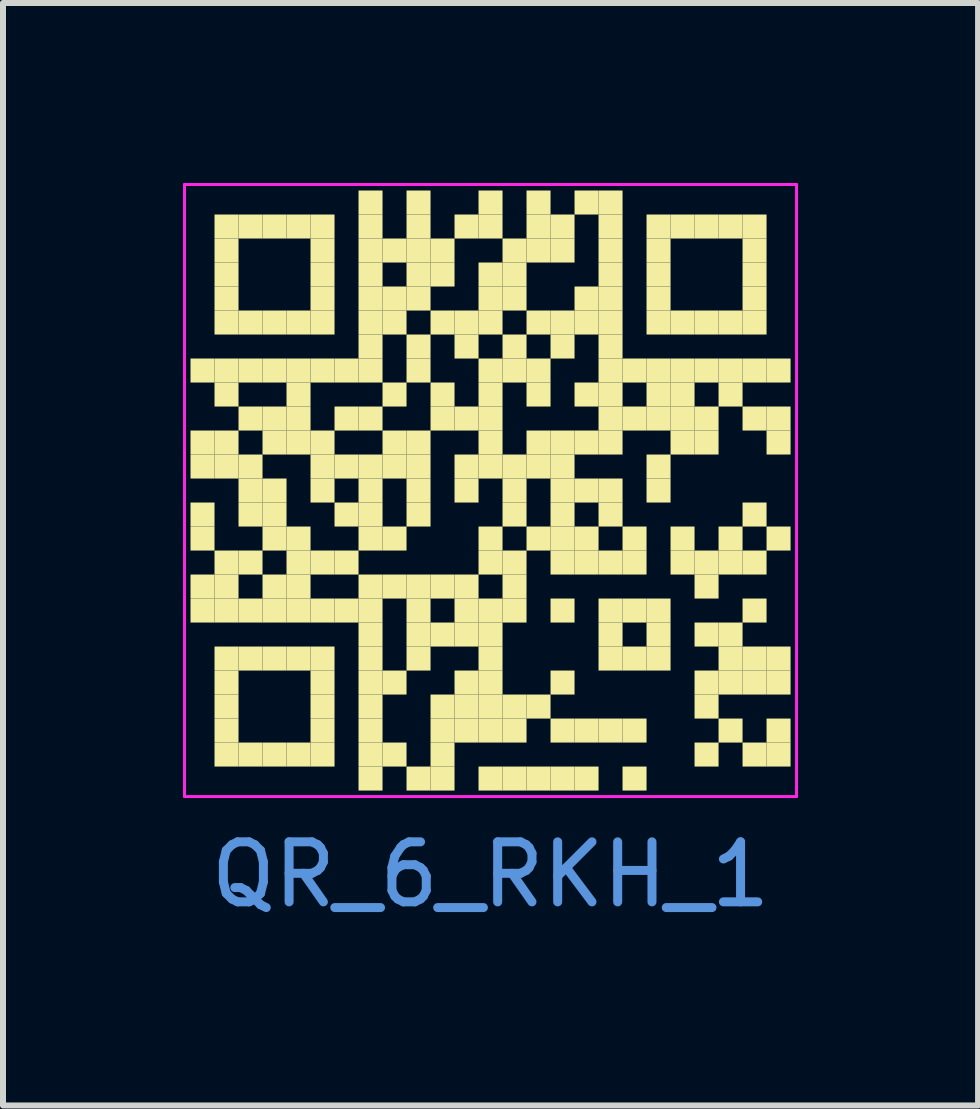
<source format=kicad_pcb>
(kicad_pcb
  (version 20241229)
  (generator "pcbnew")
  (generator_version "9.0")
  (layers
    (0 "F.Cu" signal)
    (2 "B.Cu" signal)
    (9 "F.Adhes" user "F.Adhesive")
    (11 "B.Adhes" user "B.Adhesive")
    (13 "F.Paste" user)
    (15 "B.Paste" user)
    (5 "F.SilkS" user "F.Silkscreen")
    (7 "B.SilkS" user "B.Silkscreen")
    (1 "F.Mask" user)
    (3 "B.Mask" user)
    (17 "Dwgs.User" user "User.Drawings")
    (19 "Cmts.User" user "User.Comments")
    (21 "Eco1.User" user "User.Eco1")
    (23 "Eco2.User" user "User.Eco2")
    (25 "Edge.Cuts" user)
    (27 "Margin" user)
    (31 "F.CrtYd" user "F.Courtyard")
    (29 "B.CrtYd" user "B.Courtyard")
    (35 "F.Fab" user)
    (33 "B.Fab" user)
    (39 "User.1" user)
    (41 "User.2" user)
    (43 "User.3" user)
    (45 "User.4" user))
  (footprint "QR_6_RKH_1"
    (layer "F.Cu")
    (at 5.125 5.125)
    (property "Reference" "QR_6_RKH_1" (at 0 6.4 0) (layer "Cmts.User") (effects (font (size 1 1) (thickness 0.15))))
    (fp_rect (start -5 -2.2) (end -4.6 -1.8) (stroke (width 0) (type solid)) (fill yes) (layer "F.SilkS"))
    (fp_rect (start -5 -1) (end -4.6 -0.6) (stroke (width 0) (type solid)) (fill yes) (layer "F.SilkS"))
    (fp_rect (start -5 -0.6) (end -4.6 -0.2) (stroke (width 0) (type solid)) (fill yes) (layer "F.SilkS"))
    (fp_rect (start -5 0.2) (end -4.6 0.6) (stroke (width 0) (type solid)) (fill yes) (layer "F.SilkS"))
    (fp_rect (start -5 0.6) (end -4.6 1) (stroke (width 0) (type solid)) (fill yes) (layer "F.SilkS"))
    (fp_rect (start -5 1.4) (end -4.6 1.8) (stroke (width 0) (type solid)) (fill yes) (layer "F.SilkS"))
    (fp_rect (start -5 1.8) (end -4.6 2.2) (stroke (width 0) (type solid)) (fill yes) (layer "F.SilkS"))
    (fp_rect (start -4.6 -4.6) (end -4.2 -4.2) (stroke (width 0) (type solid)) (fill yes) (layer "F.SilkS"))
    (fp_rect (start -4.6 -4.2) (end -4.2 -3.8) (stroke (width 0) (type solid)) (fill yes) (layer "F.SilkS"))
    (fp_rect (start -4.6 -3.8) (end -4.2 -3.4) (stroke (width 0) (type solid)) (fill yes) (layer "F.SilkS"))
    (fp_rect (start -4.6 -3.4) (end -4.2 -3) (stroke (width 0) (type solid)) (fill yes) (layer "F.SilkS"))
    (fp_rect (start -4.6 -3) (end -4.2 -2.6) (stroke (width 0) (type solid)) (fill yes) (layer "F.SilkS"))
    (fp_rect (start -4.6 -2.2) (end -4.2 -1.8) (stroke (width 0) (type solid)) (fill yes) (layer "F.SilkS"))
    (fp_rect (start -4.6 -1.8) (end -4.2 -1.4) (stroke (width 0) (type solid)) (fill yes) (layer "F.SilkS"))
    (fp_rect (start -4.6 -1) (end -4.2 -0.6) (stroke (width 0) (type solid)) (fill yes) (layer "F.SilkS"))
    (fp_rect (start -4.6 -0.6) (end -4.2 -0.2) (stroke (width 0) (type solid)) (fill yes) (layer "F.SilkS"))
    (fp_rect (start -4.6 1) (end -4.2 1.4) (stroke (width 0) (type solid)) (fill yes) (layer "F.SilkS"))
    (fp_rect (start -4.6 1.4) (end -4.2 1.8) (stroke (width 0) (type solid)) (fill yes) (layer "F.SilkS"))
    (fp_rect (start -4.6 1.8) (end -4.2 2.2) (stroke (width 0) (type solid)) (fill yes) (layer "F.SilkS"))
    (fp_rect (start -4.6 2.6) (end -4.2 3) (stroke (width 0) (type solid)) (fill yes) (layer "F.SilkS"))
    (fp_rect (start -4.6 3) (end -4.2 3.4) (stroke (width 0) (type solid)) (fill yes) (layer "F.SilkS"))
    (fp_rect (start -4.6 3.4) (end -4.2 3.8) (stroke (width 0) (type solid)) (fill yes) (layer "F.SilkS"))
    (fp_rect (start -4.6 3.8) (end -4.2 4.2) (stroke (width 0) (type solid)) (fill yes) (layer "F.SilkS"))
    (fp_rect (start -4.6 4.2) (end -4.2 4.6) (stroke (width 0) (type solid)) (fill yes) (layer "F.SilkS"))
    (fp_rect (start -4.2 -4.6) (end -3.8 -4.2) (stroke (width 0) (type solid)) (fill yes) (layer "F.SilkS"))
    (fp_rect (start -4.2 -3) (end -3.8 -2.6) (stroke (width 0) (type solid)) (fill yes) (layer "F.SilkS"))
    (fp_rect (start -4.2 -2.2) (end -3.8 -1.8) (stroke (width 0) (type solid)) (fill yes) (layer "F.SilkS"))
    (fp_rect (start -4.2 -1.4) (end -3.8 -1) (stroke (width 0) (type solid)) (fill yes) (layer "F.SilkS"))
    (fp_rect (start -4.2 -0.6) (end -3.8 -0.2) (stroke (width 0) (type solid)) (fill yes) (layer "F.SilkS"))
    (fp_rect (start -4.2 -0.2) (end -3.8 0.2) (stroke (width 0) (type solid)) (fill yes) (layer "F.SilkS"))
    (fp_rect (start -4.2 0.2) (end -3.8 0.6) (stroke (width 0) (type solid)) (fill yes) (layer "F.SilkS"))
    (fp_rect (start -4.2 1) (end -3.8 1.4) (stroke (width 0) (type solid)) (fill yes) (layer "F.SilkS"))
    (fp_rect (start -4.2 1.8) (end -3.8 2.2) (stroke (width 0) (type solid)) (fill yes) (layer "F.SilkS"))
    (fp_rect (start -4.2 2.6) (end -3.8 3) (stroke (width 0) (type solid)) (fill yes) (layer "F.SilkS"))
    (fp_rect (start -4.2 4.2) (end -3.8 4.6) (stroke (width 0) (type solid)) (fill yes) (layer "F.SilkS"))
    (fp_rect (start -3.8 -4.6) (end -3.4 -4.2) (stroke (width 0) (type solid)) (fill yes) (layer "F.SilkS"))
    (fp_rect (start -3.8 -3) (end -3.4 -2.6) (stroke (width 0) (type solid)) (fill yes) (layer "F.SilkS"))
    (fp_rect (start -3.8 -2.2) (end -3.4 -1.8) (stroke (width 0) (type solid)) (fill yes) (layer "F.SilkS"))
    (fp_rect (start -3.8 -1.4) (end -3.4 -1) (stroke (width 0) (type solid)) (fill yes) (layer "F.SilkS"))
    (fp_rect (start -3.8 -1) (end -3.4 -0.6) (stroke (width 0) (type solid)) (fill yes) (layer "F.SilkS"))
    (fp_rect (start -3.8 -0.2) (end -3.4 0.2) (stroke (width 0) (type solid)) (fill yes) (layer "F.SilkS"))
    (fp_rect (start -3.8 0.2) (end -3.4 0.6) (stroke (width 0) (type solid)) (fill yes) (layer "F.SilkS"))
    (fp_rect (start -3.8 0.6) (end -3.4 1) (stroke (width 0) (type solid)) (fill yes) (layer "F.SilkS"))
    (fp_rect (start -3.8 1.4) (end -3.4 1.8) (stroke (width 0) (type solid)) (fill yes) (layer "F.SilkS"))
    (fp_rect (start -3.8 1.8) (end -3.4 2.2) (stroke (width 0) (type solid)) (fill yes) (layer "F.SilkS"))
    (fp_rect (start -3.8 2.6) (end -3.4 3) (stroke (width 0) (type solid)) (fill yes) (layer "F.SilkS"))
    (fp_rect (start -3.8 4.2) (end -3.4 4.6) (stroke (width 0) (type solid)) (fill yes) (layer "F.SilkS"))
    (fp_rect (start -3.4 -4.6) (end -3 -4.2) (stroke (width 0) (type solid)) (fill yes) (layer "F.SilkS"))
    (fp_rect (start -3.4 -3) (end -3 -2.6) (stroke (width 0) (type solid)) (fill yes) (layer "F.SilkS"))
    (fp_rect (start -3.4 -2.2) (end -3 -1.8) (stroke (width 0) (type solid)) (fill yes) (layer "F.SilkS"))
    (fp_rect (start -3.4 -1.8) (end -3 -1.4) (stroke (width 0) (type solid)) (fill yes) (layer "F.SilkS"))
    (fp_rect (start -3.4 -1.4) (end -3 -1) (stroke (width 0) (type solid)) (fill yes) (layer "F.SilkS"))
    (fp_rect (start -3.4 -1) (end -3 -0.6) (stroke (width 0) (type solid)) (fill yes) (layer "F.SilkS"))
    (fp_rect (start -3.4 0.6) (end -3 1) (stroke (width 0) (type solid)) (fill yes) (layer "F.SilkS"))
    (fp_rect (start -3.4 1) (end -3 1.4) (stroke (width 0) (type solid)) (fill yes) (layer "F.SilkS"))
    (fp_rect (start -3.4 1.4) (end -3 1.8) (stroke (width 0) (type solid)) (fill yes) (layer "F.SilkS"))
    (fp_rect (start -3.4 1.8) (end -3 2.2) (stroke (width 0) (type solid)) (fill yes) (layer "F.SilkS"))
    (fp_rect (start -3.4 2.6) (end -3 3) (stroke (width 0) (type solid)) (fill yes) (layer "F.SilkS"))
    (fp_rect (start -3.4 4.2) (end -3 4.6) (stroke (width 0) (type solid)) (fill yes) (layer "F.SilkS"))
    (fp_rect (start -3 -4.6) (end -2.6 -4.2) (stroke (width 0) (type solid)) (fill yes) (layer "F.SilkS"))
    (fp_rect (start -3 -4.2) (end -2.6 -3.8) (stroke (width 0) (type solid)) (fill yes) (layer "F.SilkS"))
    (fp_rect (start -3 -3.8) (end -2.6 -3.4) (stroke (width 0) (type solid)) (fill yes) (layer "F.SilkS"))
    (fp_rect (start -3 -3.4) (end -2.6 -3) (stroke (width 0) (type solid)) (fill yes) (layer "F.SilkS"))
    (fp_rect (start -3 -3) (end -2.6 -2.6) (stroke (width 0) (type solid)) (fill yes) (layer "F.SilkS"))
    (fp_rect (start -3 -2.2) (end -2.6 -1.8) (stroke (width 0) (type solid)) (fill yes) (layer "F.SilkS"))
    (fp_rect (start -3 -1) (end -2.6 -0.6) (stroke (width 0) (type solid)) (fill yes) (layer "F.SilkS"))
    (fp_rect (start -3 -0.6) (end -2.6 -0.2) (stroke (width 0) (type solid)) (fill yes) (layer "F.SilkS"))
    (fp_rect (start -3 -0.2) (end -2.6 0.2) (stroke (width 0) (type solid)) (fill yes) (layer "F.SilkS"))
    (fp_rect (start -3 1) (end -2.6 1.4) (stroke (width 0) (type solid)) (fill yes) (layer "F.SilkS"))
    (fp_rect (start -3 1.8) (end -2.6 2.2) (stroke (width 0) (type solid)) (fill yes) (layer "F.SilkS"))
    (fp_rect (start -3 2.6) (end -2.6 3) (stroke (width 0) (type solid)) (fill yes) (layer "F.SilkS"))
    (fp_rect (start -3 3) (end -2.6 3.4) (stroke (width 0) (type solid)) (fill yes) (layer "F.SilkS"))
    (fp_rect (start -3 3.4) (end -2.6 3.8) (stroke (width 0) (type solid)) (fill yes) (layer "F.SilkS"))
    (fp_rect (start -3 3.8) (end -2.6 4.2) (stroke (width 0) (type solid)) (fill yes) (layer "F.SilkS"))
    (fp_rect (start -3 4.2) (end -2.6 4.6) (stroke (width 0) (type solid)) (fill yes) (layer "F.SilkS"))
    (fp_rect (start -2.6 -2.2) (end -2.2 -1.8) (stroke (width 0) (type solid)) (fill yes) (layer "F.SilkS"))
    (fp_rect (start -2.6 -1.4) (end -2.2 -1) (stroke (width 0) (type solid)) (fill yes) (layer "F.SilkS"))
    (fp_rect (start -2.6 -0.6) (end -2.2 -0.2) (stroke (width 0) (type solid)) (fill yes) (layer "F.SilkS"))
    (fp_rect (start -2.6 0.2) (end -2.2 0.6) (stroke (width 0) (type solid)) (fill yes) (layer "F.SilkS"))
    (fp_rect (start -2.6 1) (end -2.2 1.4) (stroke (width 0) (type solid)) (fill yes) (layer "F.SilkS"))
    (fp_rect (start -2.6 1.8) (end -2.2 2.2) (stroke (width 0) (type solid)) (fill yes) (layer "F.SilkS"))
    (fp_rect (start -2.2 -5) (end -1.8 -4.6) (stroke (width 0) (type solid)) (fill yes) (layer "F.SilkS"))
    (fp_rect (start -2.2 -4.6) (end -1.8 -4.2) (stroke (width 0) (type solid)) (fill yes) (layer "F.SilkS"))
    (fp_rect (start -2.2 -4.2) (end -1.8 -3.8) (stroke (width 0) (type solid)) (fill yes) (layer "F.SilkS"))
    (fp_rect (start -2.2 -3.8) (end -1.8 -3.4) (stroke (width 0) (type solid)) (fill yes) (layer "F.SilkS"))
    (fp_rect (start -2.2 -3.4) (end -1.8 -3) (stroke (width 0) (type solid)) (fill yes) (layer "F.SilkS"))
    (fp_rect (start -2.2 -3) (end -1.8 -2.6) (stroke (width 0) (type solid)) (fill yes) (layer "F.SilkS"))
    (fp_rect (start -2.2 -2.6) (end -1.8 -2.2) (stroke (width 0) (type solid)) (fill yes) (layer "F.SilkS"))
    (fp_rect (start -2.2 -2.2) (end -1.8 -1.8) (stroke (width 0) (type solid)) (fill yes) (layer "F.SilkS"))
    (fp_rect (start -2.2 -1.4) (end -1.8 -1) (stroke (width 0) (type solid)) (fill yes) (layer "F.SilkS"))
    (fp_rect (start -2.2 -0.6) (end -1.8 -0.2) (stroke (width 0) (type solid)) (fill yes) (layer "F.SilkS"))
    (fp_rect (start -2.2 -0.2) (end -1.8 0.2) (stroke (width 0) (type solid)) (fill yes) (layer "F.SilkS"))
    (fp_rect (start -2.2 0.2) (end -1.8 0.6) (stroke (width 0) (type solid)) (fill yes) (layer "F.SilkS"))
    (fp_rect (start -2.2 0.6) (end -1.8 1) (stroke (width 0) (type solid)) (fill yes) (layer "F.SilkS"))
    (fp_rect (start -2.2 1.4) (end -1.8 1.8) (stroke (width 0) (type solid)) (fill yes) (layer "F.SilkS"))
    (fp_rect (start -2.2 1.8) (end -1.8 2.2) (stroke (width 0) (type solid)) (fill yes) (layer "F.SilkS"))
    (fp_rect (start -2.2 2.2) (end -1.8 2.6) (stroke (width 0) (type solid)) (fill yes) (layer "F.SilkS"))
    (fp_rect (start -2.2 2.6) (end -1.8 3) (stroke (width 0) (type solid)) (fill yes) (layer "F.SilkS"))
    (fp_rect (start -2.2 3) (end -1.8 3.4) (stroke (width 0) (type solid)) (fill yes) (layer "F.SilkS"))
    (fp_rect (start -2.2 3.4) (end -1.8 3.8) (stroke (width 0) (type solid)) (fill yes) (layer "F.SilkS"))
    (fp_rect (start -2.2 3.8) (end -1.8 4.2) (stroke (width 0) (type solid)) (fill yes) (layer "F.SilkS"))
    (fp_rect (start -2.2 4.2) (end -1.8 4.6) (stroke (width 0) (type solid)) (fill yes) (layer "F.SilkS"))
    (fp_rect (start -2.2 4.6) (end -1.8 5) (stroke (width 0) (type solid)) (fill yes) (layer "F.SilkS"))
    (fp_rect (start -1.8 -4.2) (end -1.4 -3.8) (stroke (width 0) (type solid)) (fill yes) (layer "F.SilkS"))
    (fp_rect (start -1.8 -3.4) (end -1.4 -3) (stroke (width 0) (type solid)) (fill yes) (layer "F.SilkS"))
    (fp_rect (start -1.8 -3) (end -1.4 -2.6) (stroke (width 0) (type solid)) (fill yes) (layer "F.SilkS"))
    (fp_rect (start -1.8 -1.8) (end -1.4 -1.4) (stroke (width 0) (type solid)) (fill yes) (layer "F.SilkS"))
    (fp_rect (start -1.8 -1) (end -1.4 -0.6) (stroke (width 0) (type solid)) (fill yes) (layer "F.SilkS"))
    (fp_rect (start -1.8 -0.6) (end -1.4 -0.2) (stroke (width 0) (type solid)) (fill yes) (layer "F.SilkS"))
    (fp_rect (start -1.8 0.6) (end -1.4 1) (stroke (width 0) (type solid)) (fill yes) (layer "F.SilkS"))
    (fp_rect (start -1.8 1.4) (end -1.4 1.8) (stroke (width 0) (type solid)) (fill yes) (layer "F.SilkS"))
    (fp_rect (start -1.8 3) (end -1.4 3.4) (stroke (width 0) (type solid)) (fill yes) (layer "F.SilkS"))
    (fp_rect (start -1.8 4.2) (end -1.4 4.6) (stroke (width 0) (type solid)) (fill yes) (layer "F.SilkS"))
    (fp_rect (start -1.4 -5) (end -1 -4.6) (stroke (width 0) (type solid)) (fill yes) (layer "F.SilkS"))
    (fp_rect (start -1.4 -4.6) (end -1 -4.2) (stroke (width 0) (type solid)) (fill yes) (layer "F.SilkS"))
    (fp_rect (start -1.4 -4.2) (end -1 -3.8) (stroke (width 0) (type solid)) (fill yes) (layer "F.SilkS"))
    (fp_rect (start -1.4 -3.8) (end -1 -3.4) (stroke (width 0) (type solid)) (fill yes) (layer "F.SilkS"))
    (fp_rect (start -1.4 -3.4) (end -1 -3) (stroke (width 0) (type solid)) (fill yes) (layer "F.SilkS"))
    (fp_rect (start -1.4 -2.6) (end -1 -2.2) (stroke (width 0) (type solid)) (fill yes) (layer "F.SilkS"))
    (fp_rect (start -1.4 -2.2) (end -1 -1.8) (stroke (width 0) (type solid)) (fill yes) (layer "F.SilkS"))
    (fp_rect (start -1.4 -1) (end -1 -0.6) (stroke (width 0) (type solid)) (fill yes) (layer "F.SilkS"))
    (fp_rect (start -1.4 -0.6) (end -1 -0.2) (stroke (width 0) (type solid)) (fill yes) (layer "F.SilkS"))
    (fp_rect (start -1.4 -0.2) (end -1 0.2) (stroke (width 0) (type solid)) (fill yes) (layer "F.SilkS"))
    (fp_rect (start -1.4 0.2) (end -1 0.6) (stroke (width 0) (type solid)) (fill yes) (layer "F.SilkS"))
    (fp_rect (start -1.4 1.4) (end -1 1.8) (stroke (width 0) (type solid)) (fill yes) (layer "F.SilkS"))
    (fp_rect (start -1.4 1.8) (end -1 2.2) (stroke (width 0) (type solid)) (fill yes) (layer "F.SilkS"))
    (fp_rect (start -1.4 2.2) (end -1 2.6) (stroke (width 0) (type solid)) (fill yes) (layer "F.SilkS"))
    (fp_rect (start -1.4 2.6) (end -1 3) (stroke (width 0) (type solid)) (fill yes) (layer "F.SilkS"))
    (fp_rect (start -1.4 4.6) (end -1 5) (stroke (width 0) (type solid)) (fill yes) (layer "F.SilkS"))
    (fp_rect (start -1 -4.2) (end -0.6 -3.8) (stroke (width 0) (type solid)) (fill yes) (layer "F.SilkS"))
    (fp_rect (start -1 -3.8) (end -0.6 -3.4) (stroke (width 0) (type solid)) (fill yes) (layer "F.SilkS"))
    (fp_rect (start -1 -3) (end -0.6 -2.6) (stroke (width 0) (type solid)) (fill yes) (layer "F.SilkS"))
    (fp_rect (start -1 -1.8) (end -0.6 -1.4) (stroke (width 0) (type solid)) (fill yes) (layer "F.SilkS"))
    (fp_rect (start -1 -1.4) (end -0.6 -1) (stroke (width 0) (type solid)) (fill yes) (layer "F.SilkS"))
    (fp_rect (start -1 1.4) (end -0.6 1.8) (stroke (width 0) (type solid)) (fill yes) (layer "F.SilkS"))
    (fp_rect (start -1 2.2) (end -0.6 2.6) (stroke (width 0) (type solid)) (fill yes) (layer "F.SilkS"))
    (fp_rect (start -1 3.4) (end -0.6 3.8) (stroke (width 0) (type solid)) (fill yes) (layer "F.SilkS"))
    (fp_rect (start -1 3.8) (end -0.6 4.2) (stroke (width 0) (type solid)) (fill yes) (layer "F.SilkS"))
    (fp_rect (start -1 4.2) (end -0.6 4.6) (stroke (width 0) (type solid)) (fill yes) (layer "F.SilkS"))
    (fp_rect (start -1 4.6) (end -0.6 5) (stroke (width 0) (type solid)) (fill yes) (layer "F.SilkS"))
    (fp_rect (start -0.6 -4.6) (end -0.2 -4.2) (stroke (width 0) (type solid)) (fill yes) (layer "F.SilkS"))
    (fp_rect (start -0.6 -3) (end -0.2 -2.6) (stroke (width 0) (type solid)) (fill yes) (layer "F.SilkS"))
    (fp_rect (start -0.6 -2.6) (end -0.2 -2.2) (stroke (width 0) (type solid)) (fill yes) (layer "F.SilkS"))
    (fp_rect (start -0.6 -1.4) (end -0.2 -1) (stroke (width 0) (type solid)) (fill yes) (layer "F.SilkS"))
    (fp_rect (start -0.6 -0.6) (end -0.2 -0.2) (stroke (width 0) (type solid)) (fill yes) (layer "F.SilkS"))
    (fp_rect (start -0.6 -0.2) (end -0.2 0.2) (stroke (width 0) (type solid)) (fill yes) (layer "F.SilkS"))
    (fp_rect (start -0.6 1.4) (end -0.2 1.8) (stroke (width 0) (type solid)) (fill yes) (layer "F.SilkS"))
    (fp_rect (start -0.6 1.8) (end -0.2 2.2) (stroke (width 0) (type solid)) (fill yes) (layer "F.SilkS"))
    (fp_rect (start -0.6 2.2) (end -0.2 2.6) (stroke (width 0) (type solid)) (fill yes) (layer "F.SilkS"))
    (fp_rect (start -0.6 3) (end -0.2 3.4) (stroke (width 0) (type solid)) (fill yes) (layer "F.SilkS"))
    (fp_rect (start -0.6 3.4) (end -0.2 3.8) (stroke (width 0) (type solid)) (fill yes) (layer "F.SilkS"))
    (fp_rect (start -0.6 3.8) (end -0.2 4.2) (stroke (width 0) (type solid)) (fill yes) (layer "F.SilkS"))
    (fp_rect (start -0.2 -5) (end 0.2 -4.6) (stroke (width 0) (type solid)) (fill yes) (layer "F.SilkS"))
    (fp_rect (start -0.2 -4.6) (end 0.2 -4.2) (stroke (width 0) (type solid)) (fill yes) (layer "F.SilkS"))
    (fp_rect (start -0.2 -3.8) (end 0.2 -3.4) (stroke (width 0) (type solid)) (fill yes) (layer "F.SilkS"))
    (fp_rect (start -0.2 -3.4) (end 0.2 -3) (stroke (width 0) (type solid)) (fill yes) (layer "F.SilkS"))
    (fp_rect (start -0.2 -3) (end 0.2 -2.6) (stroke (width 0) (type solid)) (fill yes) (layer "F.SilkS"))
    (fp_rect (start -0.2 -2.2) (end 0.2 -1.8) (stroke (width 0) (type solid)) (fill yes) (layer "F.SilkS"))
    (fp_rect (start -0.2 -1.8) (end 0.2 -1.4) (stroke (width 0) (type solid)) (fill yes) (layer "F.SilkS"))
    (fp_rect (start -0.2 -1.4) (end 0.2 -1) (stroke (width 0) (type solid)) (fill yes) (layer "F.SilkS"))
    (fp_rect (start -0.2 -1) (end 0.2 -0.6) (stroke (width 0) (type solid)) (fill yes) (layer "F.SilkS"))
    (fp_rect (start -0.2 -0.6) (end 0.2 -0.2) (stroke (width 0) (type solid)) (fill yes) (layer "F.SilkS"))
    (fp_rect (start -0.2 0.6) (end 0.2 1) (stroke (width 0) (type solid)) (fill yes) (layer "F.SilkS"))
    (fp_rect (start -0.2 1) (end 0.2 1.4) (stroke (width 0) (type solid)) (fill yes) (layer "F.SilkS"))
    (fp_rect (start -0.2 1.8) (end 0.2 2.2) (stroke (width 0) (type solid)) (fill yes) (layer "F.SilkS"))
    (fp_rect (start -0.2 2.2) (end 0.2 2.6) (stroke (width 0) (type solid)) (fill yes) (layer "F.SilkS"))
    (fp_rect (start -0.2 2.6) (end 0.2 3) (stroke (width 0) (type solid)) (fill yes) (layer "F.SilkS"))
    (fp_rect (start -0.2 3) (end 0.2 3.4) (stroke (width 0) (type solid)) (fill yes) (layer "F.SilkS"))
    (fp_rect (start -0.2 3.4) (end 0.2 3.8) (stroke (width 0) (type solid)) (fill yes) (layer "F.SilkS"))
    (fp_rect (start -0.2 3.8) (end 0.2 4.2) (stroke (width 0) (type solid)) (fill yes) (layer "F.SilkS"))
    (fp_rect (start -0.2 4.6) (end 0.2 5) (stroke (width 0) (type solid)) (fill yes) (layer "F.SilkS"))
    (fp_rect (start 0.2 -4.2) (end 0.6 -3.8) (stroke (width 0) (type solid)) (fill yes) (layer "F.SilkS"))
    (fp_rect (start 0.2 -3.8) (end 0.6 -3.4) (stroke (width 0) (type solid)) (fill yes) (layer "F.SilkS"))
    (fp_rect (start 0.2 -3.4) (end 0.6 -3) (stroke (width 0) (type solid)) (fill yes) (layer "F.SilkS"))
    (fp_rect (start 0.2 -2.6) (end 0.6 -2.2) (stroke (width 0) (type solid)) (fill yes) (layer "F.SilkS"))
    (fp_rect (start 0.2 -2.2) (end 0.6 -1.8) (stroke (width 0) (type solid)) (fill yes) (layer "F.SilkS"))
    (fp_rect (start 0.2 -0.6) (end 0.6 -0.2) (stroke (width 0) (type solid)) (fill yes) (layer "F.SilkS"))
    (fp_rect (start 0.2 -0.2) (end 0.6 0.2) (stroke (width 0) (type solid)) (fill yes) (layer "F.SilkS"))
    (fp_rect (start 0.2 0.2) (end 0.6 0.6) (stroke (width 0) (type solid)) (fill yes) (layer "F.SilkS"))
    (fp_rect (start 0.2 1) (end 0.6 1.4) (stroke (width 0) (type solid)) (fill yes) (layer "F.SilkS"))
    (fp_rect (start 0.2 1.4) (end 0.6 1.8) (stroke (width 0) (type solid)) (fill yes) (layer "F.SilkS"))
    (fp_rect (start 0.2 1.8) (end 0.6 2.2) (stroke (width 0) (type solid)) (fill yes) (layer "F.SilkS"))
    (fp_rect (start 0.2 3.4) (end 0.6 3.8) (stroke (width 0) (type solid)) (fill yes) (layer "F.SilkS"))
    (fp_rect (start 0.2 3.8) (end 0.6 4.2) (stroke (width 0) (type solid)) (fill yes) (layer "F.SilkS"))
    (fp_rect (start 0.2 4.6) (end 0.6 5) (stroke (width 0) (type solid)) (fill yes) (layer "F.SilkS"))
    (fp_rect (start 0.6 -5) (end 1 -4.6) (stroke (width 0) (type solid)) (fill yes) (layer "F.SilkS"))
    (fp_rect (start 0.6 -4.6) (end 1 -4.2) (stroke (width 0) (type solid)) (fill yes) (layer "F.SilkS"))
    (fp_rect (start 0.6 -4.2) (end 1 -3.8) (stroke (width 0) (type solid)) (fill yes) (layer "F.SilkS"))
    (fp_rect (start 0.6 -3) (end 1 -2.6) (stroke (width 0) (type solid)) (fill yes) (layer "F.SilkS"))
    (fp_rect (start 0.6 -2.2) (end 1 -1.8) (stroke (width 0) (type solid)) (fill yes) (layer "F.SilkS"))
    (fp_rect (start 0.6 -1.8) (end 1 -1.4) (stroke (width 0) (type solid)) (fill yes) (layer "F.SilkS"))
    (fp_rect (start 0.6 -1) (end 1 -0.6) (stroke (width 0) (type solid)) (fill yes) (layer "F.SilkS"))
    (fp_rect (start 0.6 -0.6) (end 1 -0.2) (stroke (width 0) (type solid)) (fill yes) (layer "F.SilkS"))
    (fp_rect (start 0.6 0.6) (end 1 1) (stroke (width 0) (type solid)) (fill yes) (layer "F.SilkS"))
    (fp_rect (start 0.6 3.4) (end 1 3.8) (stroke (width 0) (type solid)) (fill yes) (layer "F.SilkS"))
    (fp_rect (start 0.6 4.6) (end 1 5) (stroke (width 0) (type solid)) (fill yes) (layer "F.SilkS"))
    (fp_rect (start 1 -4.6) (end 1.4 -4.2) (stroke (width 0) (type solid)) (fill yes) (layer "F.SilkS"))
    (fp_rect (start 1 -4.2) (end 1.4 -3.8) (stroke (width 0) (type solid)) (fill yes) (layer "F.SilkS"))
    (fp_rect (start 1 -3) (end 1.4 -2.6) (stroke (width 0) (type solid)) (fill yes) (layer "F.SilkS"))
    (fp_rect (start 1 -2.6) (end 1.4 -2.2) (stroke (width 0) (type solid)) (fill yes) (layer "F.SilkS"))
    (fp_rect (start 1 -1) (end 1.4 -0.6) (stroke (width 0) (type solid)) (fill yes) (layer "F.SilkS"))
    (fp_rect (start 1 -0.6) (end 1.4 -0.2) (stroke (width 0) (type solid)) (fill yes) (layer "F.SilkS"))
    (fp_rect (start 1 -0.2) (end 1.4 0.2) (stroke (width 0) (type solid)) (fill yes) (layer "F.SilkS"))
    (fp_rect (start 1 0.2) (end 1.4 0.6) (stroke (width 0) (type solid)) (fill yes) (layer "F.SilkS"))
    (fp_rect (start 1 0.6) (end 1.4 1) (stroke (width 0) (type solid)) (fill yes) (layer "F.SilkS"))
    (fp_rect (start 1 1) (end 1.4 1.4) (stroke (width 0) (type solid)) (fill yes) (layer "F.SilkS"))
    (fp_rect (start 1 1.8) (end 1.4 2.2) (stroke (width 0) (type solid)) (fill yes) (layer "F.SilkS"))
    (fp_rect (start 1 3) (end 1.4 3.4) (stroke (width 0) (type solid)) (fill yes) (layer "F.SilkS"))
    (fp_rect (start 1 3.8) (end 1.4 4.2) (stroke (width 0) (type solid)) (fill yes) (layer "F.SilkS"))
    (fp_rect (start 1 4.6) (end 1.4 5) (stroke (width 0) (type solid)) (fill yes) (layer "F.SilkS"))
    (fp_rect (start 1.4 -5) (end 1.8 -4.6) (stroke (width 0) (type solid)) (fill yes) (layer "F.SilkS"))
    (fp_rect (start 1.4 -3.4) (end 1.8 -3) (stroke (width 0) (type solid)) (fill yes) (layer "F.SilkS"))
    (fp_rect (start 1.4 -3) (end 1.8 -2.6) (stroke (width 0) (type solid)) (fill yes) (layer "F.SilkS"))
    (fp_rect (start 1.4 -1.8) (end 1.8 -1.4) (stroke (width 0) (type solid)) (fill yes) (layer "F.SilkS"))
    (fp_rect (start 1.4 -1) (end 1.8 -0.6) (stroke (width 0) (type solid)) (fill yes) (layer "F.SilkS"))
    (fp_rect (start 1.4 -0.2) (end 1.8 0.2) (stroke (width 0) (type solid)) (fill yes) (layer "F.SilkS"))
    (fp_rect (start 1.4 0.6) (end 1.8 1) (stroke (width 0) (type solid)) (fill yes) (layer "F.SilkS"))
    (fp_rect (start 1.4 1) (end 1.8 1.4) (stroke (width 0) (type solid)) (fill yes) (layer "F.SilkS"))
    (fp_rect (start 1.4 3.8) (end 1.8 4.2) (stroke (width 0) (type solid)) (fill yes) (layer "F.SilkS"))
    (fp_rect (start 1.4 4.6) (end 1.8 5) (stroke (width 0) (type solid)) (fill yes) (layer "F.SilkS"))
    (fp_rect (start 1.8 -5) (end 2.2 -4.6) (stroke (width 0) (type solid)) (fill yes) (layer "F.SilkS"))
    (fp_rect (start 1.8 -4.6) (end 2.2 -4.2) (stroke (width 0) (type solid)) (fill yes) (layer "F.SilkS"))
    (fp_rect (start 1.8 -4.2) (end 2.2 -3.8) (stroke (width 0) (type solid)) (fill yes) (layer "F.SilkS"))
    (fp_rect (start 1.8 -3.8) (end 2.2 -3.4) (stroke (width 0) (type solid)) (fill yes) (layer "F.SilkS"))
    (fp_rect (start 1.8 -3.4) (end 2.2 -3) (stroke (width 0) (type solid)) (fill yes) (layer "F.SilkS"))
    (fp_rect (start 1.8 -3) (end 2.2 -2.6) (stroke (width 0) (type solid)) (fill yes) (layer "F.SilkS"))
    (fp_rect (start 1.8 -2.6) (end 2.2 -2.2) (stroke (width 0) (type solid)) (fill yes) (layer "F.SilkS"))
    (fp_rect (start 1.8 -2.2) (end 2.2 -1.8) (stroke (width 0) (type solid)) (fill yes) (layer "F.SilkS"))
    (fp_rect (start 1.8 -1.8) (end 2.2 -1.4) (stroke (width 0) (type solid)) (fill yes) (layer "F.SilkS"))
    (fp_rect (start 1.8 -1.4) (end 2.2 -1) (stroke (width 0) (type solid)) (fill yes) (layer "F.SilkS"))
    (fp_rect (start 1.8 -1) (end 2.2 -0.6) (stroke (width 0) (type solid)) (fill yes) (layer "F.SilkS"))
    (fp_rect (start 1.8 -0.2) (end 2.2 0.2) (stroke (width 0) (type solid)) (fill yes) (layer "F.SilkS"))
    (fp_rect (start 1.8 0.2) (end 2.2 0.6) (stroke (width 0) (type solid)) (fill yes) (layer "F.SilkS"))
    (fp_rect (start 1.8 1) (end 2.2 1.4) (stroke (width 0) (type solid)) (fill yes) (layer "F.SilkS"))
    (fp_rect (start 1.8 1.8) (end 2.2 2.2) (stroke (width 0) (type solid)) (fill yes) (layer "F.SilkS"))
    (fp_rect (start 1.8 2.2) (end 2.2 2.6) (stroke (width 0) (type solid)) (fill yes) (layer "F.SilkS"))
    (fp_rect (start 1.8 2.6) (end 2.2 3) (stroke (width 0) (type solid)) (fill yes) (layer "F.SilkS"))
    (fp_rect (start 1.8 3.8) (end 2.2 4.2) (stroke (width 0) (type solid)) (fill yes) (layer "F.SilkS"))
    (fp_rect (start 2.2 -2.2) (end 2.6 -1.8) (stroke (width 0) (type solid)) (fill yes) (layer "F.SilkS"))
    (fp_rect (start 2.2 -1.4) (end 2.6 -1) (stroke (width 0) (type solid)) (fill yes) (layer "F.SilkS"))
    (fp_rect (start 2.2 0.6) (end 2.6 1) (stroke (width 0) (type solid)) (fill yes) (layer "F.SilkS"))
    (fp_rect (start 2.2 1) (end 2.6 1.4) (stroke (width 0) (type solid)) (fill yes) (layer "F.SilkS"))
    (fp_rect (start 2.2 1.8) (end 2.6 2.2) (stroke (width 0) (type solid)) (fill yes) (layer "F.SilkS"))
    (fp_rect (start 2.2 2.6) (end 2.6 3) (stroke (width 0) (type solid)) (fill yes) (layer "F.SilkS"))
    (fp_rect (start 2.2 3.8) (end 2.6 4.2) (stroke (width 0) (type solid)) (fill yes) (layer "F.SilkS"))
    (fp_rect (start 2.2 4.6) (end 2.6 5) (stroke (width 0) (type solid)) (fill yes) (layer "F.SilkS"))
    (fp_rect (start 2.6 -4.6) (end 3 -4.2) (stroke (width 0) (type solid)) (fill yes) (layer "F.SilkS"))
    (fp_rect (start 2.6 -4.2) (end 3 -3.8) (stroke (width 0) (type solid)) (fill yes) (layer "F.SilkS"))
    (fp_rect (start 2.6 -3.8) (end 3 -3.4) (stroke (width 0) (type solid)) (fill yes) (layer "F.SilkS"))
    (fp_rect (start 2.6 -3.4) (end 3 -3) (stroke (width 0) (type solid)) (fill yes) (layer "F.SilkS"))
    (fp_rect (start 2.6 -3) (end 3 -2.6) (stroke (width 0) (type solid)) (fill yes) (layer "F.SilkS"))
    (fp_rect (start 2.6 -2.2) (end 3 -1.8) (stroke (width 0) (type solid)) (fill yes) (layer "F.SilkS"))
    (fp_rect (start 2.6 -1.8) (end 3 -1.4) (stroke (width 0) (type solid)) (fill yes) (layer "F.SilkS"))
    (fp_rect (start 2.6 -1.4) (end 3 -1) (stroke (width 0) (type solid)) (fill yes) (layer "F.SilkS"))
    (fp_rect (start 2.6 -0.6) (end 3 -0.2) (stroke (width 0) (type solid)) (fill yes) (layer "F.SilkS"))
    (fp_rect (start 2.6 -0.2) (end 3 0.2) (stroke (width 0) (type solid)) (fill yes) (layer "F.SilkS"))
    (fp_rect (start 2.6 1.8) (end 3 2.2) (stroke (width 0) (type solid)) (fill yes) (layer "F.SilkS"))
    (fp_rect (start 2.6 2.2) (end 3 2.6) (stroke (width 0) (type solid)) (fill yes) (layer "F.SilkS"))
    (fp_rect (start 2.6 2.6) (end 3 3) (stroke (width 0) (type solid)) (fill yes) (layer "F.SilkS"))
    (fp_rect (start 3 -4.6) (end 3.4 -4.2) (stroke (width 0) (type solid)) (fill yes) (layer "F.SilkS"))
    (fp_rect (start 3 -3) (end 3.4 -2.6) (stroke (width 0) (type solid)) (fill yes) (layer "F.SilkS"))
    (fp_rect (start 3 -2.2) (end 3.4 -1.8) (stroke (width 0) (type solid)) (fill yes) (layer "F.SilkS"))
    (fp_rect (start 3 -1.8) (end 3.4 -1.4) (stroke (width 0) (type solid)) (fill yes) (layer "F.SilkS"))
    (fp_rect (start 3 -1.4) (end 3.4 -1) (stroke (width 0) (type solid)) (fill yes) (layer "F.SilkS"))
    (fp_rect (start 3 -1) (end 3.4 -0.6) (stroke (width 0) (type solid)) (fill yes) (layer "F.SilkS"))
    (fp_rect (start 3 0.6) (end 3.4 1) (stroke (width 0) (type solid)) (fill yes) (layer "F.SilkS"))
    (fp_rect (start 3 1) (end 3.4 1.4) (stroke (width 0) (type solid)) (fill yes) (layer "F.SilkS"))
    (fp_rect (start 3.4 -4.6) (end 3.8 -4.2) (stroke (width 0) (type solid)) (fill yes) (layer "F.SilkS"))
    (fp_rect (start 3.4 -3) (end 3.8 -2.6) (stroke (width 0) (type solid)) (fill yes) (layer "F.SilkS"))
    (fp_rect (start 3.4 -2.2) (end 3.8 -1.8) (stroke (width 0) (type solid)) (fill yes) (layer "F.SilkS"))
    (fp_rect (start 3.4 -1.4) (end 3.8 -1) (stroke (width 0) (type solid)) (fill yes) (layer "F.SilkS"))
    (fp_rect (start 3.4 -1) (end 3.8 -0.6) (stroke (width 0) (type solid)) (fill yes) (layer "F.SilkS"))
    (fp_rect (start 3.4 1) (end 3.8 1.4) (stroke (width 0) (type solid)) (fill yes) (layer "F.SilkS"))
    (fp_rect (start 3.4 1.4) (end 3.8 1.8) (stroke (width 0) (type solid)) (fill yes) (layer "F.SilkS"))
    (fp_rect (start 3.4 2.2) (end 3.8 2.6) (stroke (width 0) (type solid)) (fill yes) (layer "F.SilkS"))
    (fp_rect (start 3.4 3) (end 3.8 3.4) (stroke (width 0) (type solid)) (fill yes) (layer "F.SilkS"))
    (fp_rect (start 3.4 3.4) (end 3.8 3.8) (stroke (width 0) (type solid)) (fill yes) (layer "F.SilkS"))
    (fp_rect (start 3.4 4.2) (end 3.8 4.6) (stroke (width 0) (type solid)) (fill yes) (layer "F.SilkS"))
    (fp_rect (start 3.8 -4.6) (end 4.2 -4.2) (stroke (width 0) (type solid)) (fill yes) (layer "F.SilkS"))
    (fp_rect (start 3.8 -3) (end 4.2 -2.6) (stroke (width 0) (type solid)) (fill yes) (layer "F.SilkS"))
    (fp_rect (start 3.8 -2.2) (end 4.2 -1.8) (stroke (width 0) (type solid)) (fill yes) (layer "F.SilkS"))
    (fp_rect (start 3.8 -1.8) (end 4.2 -1.4) (stroke (width 0) (type solid)) (fill yes) (layer "F.SilkS"))
    (fp_rect (start 3.8 0.6) (end 4.2 1) (stroke (width 0) (type solid)) (fill yes) (layer "F.SilkS"))
    (fp_rect (start 3.8 1) (end 4.2 1.4) (stroke (width 0) (type solid)) (fill yes) (layer "F.SilkS"))
    (fp_rect (start 3.8 2.2) (end 4.2 2.6) (stroke (width 0) (type solid)) (fill yes) (layer "F.SilkS"))
    (fp_rect (start 3.8 2.6) (end 4.2 3) (stroke (width 0) (type solid)) (fill yes) (layer "F.SilkS"))
    (fp_rect (start 3.8 3) (end 4.2 3.4) (stroke (width 0) (type solid)) (fill yes) (layer "F.SilkS"))
    (fp_rect (start 3.8 3.8) (end 4.2 4.2) (stroke (width 0) (type solid)) (fill yes) (layer "F.SilkS"))
    (fp_rect (start 4.2 -4.6) (end 4.6 -4.2) (stroke (width 0) (type solid)) (fill yes) (layer "F.SilkS"))
    (fp_rect (start 4.2 -4.2) (end 4.6 -3.8) (stroke (width 0) (type solid)) (fill yes) (layer "F.SilkS"))
    (fp_rect (start 4.2 -3.8) (end 4.6 -3.4) (stroke (width 0) (type solid)) (fill yes) (layer "F.SilkS"))
    (fp_rect (start 4.2 -3.4) (end 4.6 -3) (stroke (width 0) (type solid)) (fill yes) (layer "F.SilkS"))
    (fp_rect (start 4.2 -3) (end 4.6 -2.6) (stroke (width 0) (type solid)) (fill yes) (layer "F.SilkS"))
    (fp_rect (start 4.2 -2.2) (end 4.6 -1.8) (stroke (width 0) (type solid)) (fill yes) (layer "F.SilkS"))
    (fp_rect (start 4.2 -1.4) (end 4.6 -1) (stroke (width 0) (type solid)) (fill yes) (layer "F.SilkS"))
    (fp_rect (start 4.2 0.2) (end 4.6 0.6) (stroke (width 0) (type solid)) (fill yes) (layer "F.SilkS"))
    (fp_rect (start 4.2 1) (end 4.6 1.4) (stroke (width 0) (type solid)) (fill yes) (layer "F.SilkS"))
    (fp_rect (start 4.2 1.8) (end 4.6 2.2) (stroke (width 0) (type solid)) (fill yes) (layer "F.SilkS"))
    (fp_rect (start 4.2 2.6) (end 4.6 3) (stroke (width 0) (type solid)) (fill yes) (layer "F.SilkS"))
    (fp_rect (start 4.2 3) (end 4.6 3.4) (stroke (width 0) (type solid)) (fill yes) (layer "F.SilkS"))
    (fp_rect (start 4.2 4.2) (end 4.6 4.6) (stroke (width 0) (type solid)) (fill yes) (layer "F.SilkS"))
    (fp_rect (start 4.6 -2.2) (end 5 -1.8) (stroke (width 0) (type solid)) (fill yes) (layer "F.SilkS"))
    (fp_rect (start 4.6 -1.4) (end 5 -1) (stroke (width 0) (type solid)) (fill yes) (layer "F.SilkS"))
    (fp_rect (start 4.6 -1) (end 5 -0.6) (stroke (width 0) (type solid)) (fill yes) (layer "F.SilkS"))
    (fp_rect (start 4.6 0.6) (end 5 1) (stroke (width 0) (type solid)) (fill yes) (layer "F.SilkS"))
    (fp_rect (start 4.6 2.6) (end 5 3) (stroke (width 0) (type solid)) (fill yes) (layer "F.SilkS"))
    (fp_rect (start 4.6 3) (end 5 3.4) (stroke (width 0) (type solid)) (fill yes) (layer "F.SilkS"))
    (fp_rect (start 4.6 3.8) (end 5 4.2) (stroke (width 0) (type solid)) (fill yes) (layer "F.SilkS"))
    (fp_rect (start 4.6 4.2) (end 5 4.6) (stroke (width 0) (type solid)) (fill yes) (layer "F.SilkS"))
    (fp_line (start -5.1 -5.1) (end 5.1 -5.1) (stroke (width 0.05) (type solid)) (layer "F.CrtYd"))
    (fp_line (start -5.1 5.1) (end -5.1 -5.1) (stroke (width 0.05) (type solid)) (layer "F.CrtYd"))
    (fp_line (start 5.1 -5.1) (end 5.1 5.1) (stroke (width 0.05) (type solid)) (layer "F.CrtYd"))
    (fp_line (start 5.1 5.1) (end -5.1 5.1) (stroke (width 0.05) (type solid)) (layer "F.CrtYd")))
  (gr_rect
    (start -3 -3)
    (end 13.25 15.373)
    (stroke (width 0.1) (type default))
    (fill no)
    (layer "Edge.Cuts")))
</source>
